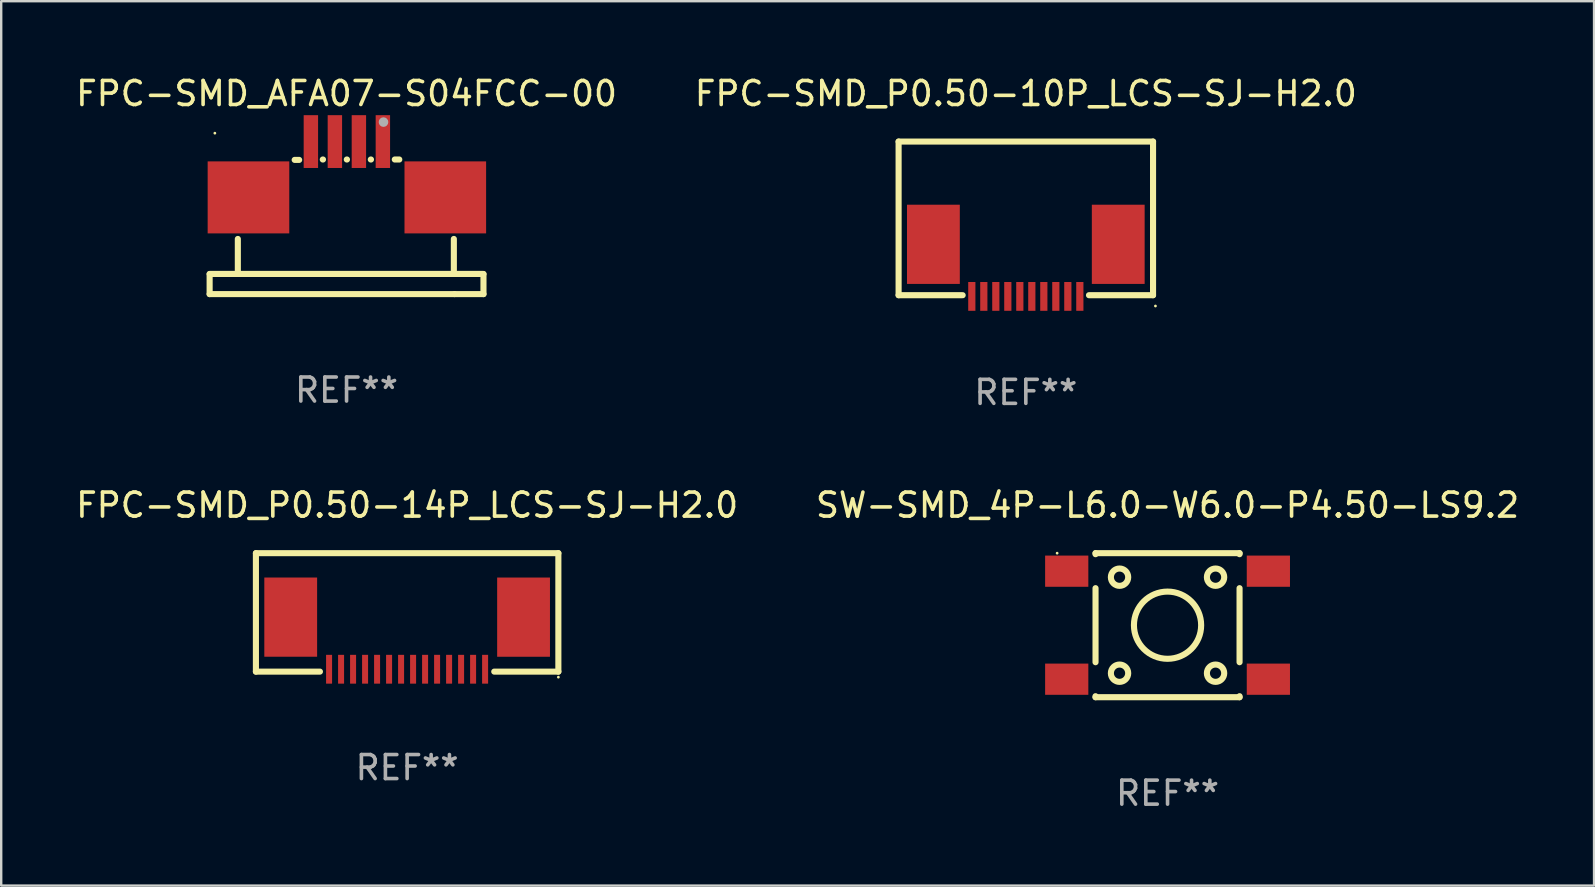
<source format=kicad_pcb>
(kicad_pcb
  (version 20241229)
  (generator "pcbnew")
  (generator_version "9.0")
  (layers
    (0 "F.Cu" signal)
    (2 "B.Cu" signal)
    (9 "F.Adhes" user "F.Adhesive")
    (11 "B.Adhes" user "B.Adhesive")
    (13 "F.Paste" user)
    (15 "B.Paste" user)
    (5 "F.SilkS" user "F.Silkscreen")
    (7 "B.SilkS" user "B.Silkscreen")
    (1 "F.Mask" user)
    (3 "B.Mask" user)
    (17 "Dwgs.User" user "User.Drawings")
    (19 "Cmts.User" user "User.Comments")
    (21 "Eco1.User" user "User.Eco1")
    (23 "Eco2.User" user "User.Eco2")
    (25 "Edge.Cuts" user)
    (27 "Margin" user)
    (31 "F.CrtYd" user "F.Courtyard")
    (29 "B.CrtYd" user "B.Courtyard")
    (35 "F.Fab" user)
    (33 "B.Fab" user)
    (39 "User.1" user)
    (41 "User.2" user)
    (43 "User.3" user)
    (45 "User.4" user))
  (footprint "FPC-SMD_AFA07-S04FCC-00"
    (layer "F.Cu")
    (at 11.387 6.025)
    (property "Reference" "FPC-SMD_AFA07-S04FCC-00" (at 0 -5.177 0) (layer "F.SilkS") (effects (font (size 1 1) (thickness 0.15))))
    (attr through_hole)
    (fp_line (start -5.704 3.176) (end -5.704 2.346) (stroke (width 0.254) (type solid)) (layer "F.SilkS"))
    (fp_line (start -5.704 3.177) (end 4.494 3.177) (stroke (width 0.254) (type solid)) (layer "F.SilkS"))
    (fp_line (start -4.529 2.337) (end -4.529 0.879) (stroke (width 0.254) (type solid)) (layer "F.SilkS"))
    (fp_line (start -2.161 -2.414) (end -1.974 -2.414) (stroke (width 0.254) (type solid)) (layer "F.SilkS"))
    (fp_line (start -0.99 -2.43) (end -0.981 -2.43) (stroke (width 0.254) (type solid)) (layer "F.SilkS"))
    (fp_line (start 0.01 -2.43) (end 0.018 -2.43) (stroke (width 0.254) (type solid)) (layer "F.SilkS"))
    (fp_line (start 1.01 -2.43) (end 1.018 -2.43) (stroke (width 0.254) (type solid)) (layer "F.SilkS"))
    (fp_line (start 2.009 -2.43) (end 2.197 -2.43) (stroke (width 0.254) (type solid)) (layer "F.SilkS"))
    (fp_line (start 4.47 2.337) (end 4.47 0.879) (stroke (width 0.254) (type solid)) (layer "F.SilkS"))
    (fp_line (start 5.704 2.337) (end -5.704 2.337) (stroke (width 0.254) (type solid)) (layer "F.SilkS"))
    (fp_line (start 5.704 3.177) (end 4.504 3.177) (stroke (width 0.254) (type solid)) (layer "F.SilkS"))
    (fp_line (start 5.704 3.177) (end 5.704 2.347) (stroke (width 0.254) (type solid)) (layer "F.SilkS"))
    (fp_circle (center -5.486 -3.527) (end -5.456 -3.527) (stroke (width 0.06) (type solid)) (fill no) (layer "F.SilkS"))
    (fp_circle (center 1.539 -3.989) (end 1.639 -3.989) (stroke (width 0.2) (type solid)) (fill no) (layer "F.Fab"))
    (fp_text user "REF**" (at 0 7.177 0) (layer "F.Fab") (effects (font (size 1 1) (thickness 0.15))))
    (pad "1" smd rect (at 1.513 -3.177 180) (size 0.6 2.2) (layers "F.Cu" "F.Mask" "F.Paste"))
    (pad "2" smd rect (at 0.514 -3.177 180) (size 0.6 2.2) (layers "F.Cu" "F.Mask" "F.Paste"))
    (pad "3" smd rect (at -0.486 -3.177 180) (size 0.6 2.2) (layers "F.Cu" "F.Mask" "F.Paste"))
    (pad "4" smd rect (at -1.486 -3.177 180) (size 0.6 2.2) (layers "F.Cu" "F.Mask" "F.Paste"))
    (pad "5" smd rect (at -4.086 -0.852 270) (size 3 3.4) (layers "F.Cu" "F.Mask" "F.Paste"))
    (pad "6" smd rect (at 4.114 -0.852 180) (size 3.4 3) (layers "F.Cu" "F.Mask" "F.Paste")))
  (footprint "FPC-SMD_P0.50-14P_LCS-SJ-H2.0"
    (layer "F.Cu")
    (at 13.911 22.462)
    (property "Reference" "FPC-SMD_P0.50-14P_LCS-SJ-H2.0" (at 0 -4.467 0) (layer "F.SilkS") (effects (font (size 1 1) (thickness 0.15))))
    (attr through_hole)
    (fp_line (start -6.3 -2.467) (end 6.3 -2.467) (stroke (width 0.254) (type solid)) (layer "F.SilkS"))
    (fp_line (start -6.3 2.467) (end -6.3 -2.467) (stroke (width 0.254) (type solid)) (layer "F.SilkS"))
    (fp_line (start -3.633 2.467) (end -6.3 2.467) (stroke (width 0.254) (type solid)) (layer "F.SilkS"))
    (fp_line (start 6.3 2.467) (end 3.629 2.467) (stroke (width 0.254) (type solid)) (layer "F.SilkS"))
    (fp_line (start 6.3 -2.467) (end 6.3 2.467) (stroke (width 0.254) (type solid)) (layer "F.SilkS"))
    (fp_circle (center 6.3 2.698) (end 6.33 2.698) (stroke (width 0.06) (type solid)) (fill no) (layer "F.SilkS"))
    (fp_text user "REF**" (at 0 6.467 0) (layer "F.Fab") (effects (font (size 1 1) (thickness 0.15))))
    (pad "1" smd rect (at 3.248 2.368) (size 0.25 1.2) (layers "F.Cu" "F.Mask" "F.Paste"))
    (pad "2" smd rect (at 2.748 2.368) (size 0.25 1.2) (layers "F.Cu" "F.Mask" "F.Paste"))
    (pad "3" smd rect (at 2.248 2.368) (size 0.25 1.2) (layers "F.Cu" "F.Mask" "F.Paste"))
    (pad "4" smd rect (at 1.748 2.368) (size 0.25 1.2) (layers "F.Cu" "F.Mask" "F.Paste"))
    (pad "5" smd rect (at 1.248 2.368) (size 0.25 1.2) (layers "F.Cu" "F.Mask" "F.Paste"))
    (pad "6" smd rect (at 0.748 2.368) (size 0.25 1.2) (layers "F.Cu" "F.Mask" "F.Paste"))
    (pad "7" smd rect (at 0.248 2.368) (size 0.25 1.2) (layers "F.Cu" "F.Mask" "F.Paste"))
    (pad "8" smd rect (at -0.252 2.368) (size 0.25 1.2) (layers "F.Cu" "F.Mask" "F.Paste"))
    (pad "9" smd rect (at -0.752 2.368) (size 0.25 1.2) (layers "F.Cu" "F.Mask" "F.Paste"))
    (pad "10" smd rect (at -1.252 2.368) (size 0.25 1.2) (layers "F.Cu" "F.Mask" "F.Paste"))
    (pad "11" smd rect (at -1.752 2.368) (size 0.25 1.2) (layers "F.Cu" "F.Mask" "F.Paste"))
    (pad "12" smd rect (at -2.252 2.368) (size 0.25 1.2) (layers "F.Cu" "F.Mask" "F.Paste"))
    (pad "13" smd rect (at -2.752 2.368) (size 0.25 1.2) (layers "F.Cu" "F.Mask" "F.Paste"))
    (pad "14" smd rect (at -3.252 2.368) (size 0.25 1.2) (layers "F.Cu" "F.Mask" "F.Paste"))
    (pad "15" smd rect (at 4.85 0.198) (size 2.2 3.3) (layers "F.Cu" "F.Mask" "F.Paste"))
    (pad "16" smd rect (at -4.85 0.197) (size 2.2 3.3) (layers "F.Cu" "F.Mask" "F.Paste")))
  (footprint "FPC-SMD_P0.50-10P_LCS-SJ-H2.0"
    (layer "F.Cu")
    (at 39.685 6.073)
    (property "Reference" "FPC-SMD_P0.50-10P_LCS-SJ-H2.0" (at 0 -5.225 0) (layer "F.SilkS") (effects (font (size 1 1) (thickness 0.15))))
    (attr through_hole)
    (fp_line (start -5.3 -3.225) (end 5.3 -3.225) (stroke (width 0.254) (type solid)) (layer "F.SilkS"))
    (fp_line (start -5.3 3.175) (end -5.3 -3.225) (stroke (width 0.254) (type solid)) (layer "F.SilkS"))
    (fp_line (start -2.631 3.175) (end -5.3 3.175) (stroke (width 0.254) (type solid)) (layer "F.SilkS"))
    (fp_line (start 5.3 -3.225) (end 5.3 3.175) (stroke (width 0.254) (type solid)) (layer "F.SilkS"))
    (fp_line (start 5.3 3.175) (end 2.631 3.175) (stroke (width 0.254) (type solid)) (layer "F.SilkS"))
    (fp_circle (center 5.4 3.625) (end 5.43 3.625) (stroke (width 0.06) (type solid)) (fill no) (layer "F.SilkS"))
    (fp_text user "REF**" (at 0 7.225 0) (layer "F.Fab") (effects (font (size 1 1) (thickness 0.15))))
    (pad "1" smd rect (at 2.25 3.225 180) (size 0.3 1.2) (layers "F.Cu" "F.Mask" "F.Paste"))
    (pad "2" smd rect (at 1.75 3.225 180) (size 0.3 1.2) (layers "F.Cu" "F.Mask" "F.Paste"))
    (pad "3" smd rect (at 1.25 3.225 180) (size 0.3 1.2) (layers "F.Cu" "F.Mask" "F.Paste"))
    (pad "4" smd rect (at 0.75 3.225 180) (size 0.3 1.2) (layers "F.Cu" "F.Mask" "F.Paste"))
    (pad "5" smd rect (at 0.25 3.225 180) (size 0.3 1.2) (layers "F.Cu" "F.Mask" "F.Paste"))
    (pad "6" smd rect (at -0.25 3.225 180) (size 0.3 1.2) (layers "F.Cu" "F.Mask" "F.Paste"))
    (pad "7" smd rect (at -0.75 3.225 180) (size 0.3 1.2) (layers "F.Cu" "F.Mask" "F.Paste"))
    (pad "8" smd rect (at -1.25 3.225 180) (size 0.3 1.2) (layers "F.Cu" "F.Mask" "F.Paste"))
    (pad "9" smd rect (at -1.75 3.225 180) (size 0.3 1.2) (layers "F.Cu" "F.Mask" "F.Paste"))
    (pad "10" smd rect (at -2.25 3.225 180) (size 0.3 1.2) (layers "F.Cu" "F.Mask" "F.Paste"))
    (pad "11" smd rect (at -3.85 1.055 180) (size 2.2 3.3) (layers "F.Cu" "F.Mask" "F.Paste"))
    (pad "12" smd rect (at 3.85 1.055 180) (size 2.2 3.3) (layers "F.Cu" "F.Mask" "F.Paste")))
  (footprint "SW-SMD_4P-L6.0-W6.0-P4.50-LS9.2"
    (layer "F.Cu")
    (at 45.589 22.995)
    (property "Reference" "SW-SMD_4P-L6.0-W6.0-P4.50-LS9.2" (at 0 -5 0) (layer "F.SilkS") (effects (font (size 1 1) (thickness 0.15))))
    (attr through_hole)
    (fp_line (start -3 -3) (end -3 -2.958) (stroke (width 0.254) (type solid)) (layer "F.SilkS"))
    (fp_line (start -3 -3) (end 3 -3) (stroke (width 0.254) (type solid)) (layer "F.SilkS"))
    (fp_line (start -3 -1.542) (end -3 1.542) (stroke (width 0.254) (type solid)) (layer "F.SilkS"))
    (fp_line (start -3 2.958) (end -3 3) (stroke (width 0.254) (type solid)) (layer "F.SilkS"))
    (fp_line (start 3 3) (end -3 3) (stroke (width 0.254) (type solid)) (layer "F.SilkS"))
    (fp_line (start 3 -3) (end 3 -2.958) (stroke (width 0.254) (type solid)) (layer "F.SilkS"))
    (fp_line (start 3 -1.542) (end 3 1.542) (stroke (width 0.254) (type solid)) (layer "F.SilkS"))
    (fp_line (start 3 2.958) (end 3 3) (stroke (width 0.254) (type solid)) (layer "F.SilkS"))
    (fp_circle (center -4.6 -3) (end -4.57 -3) (stroke (width 0.06) (type solid)) (fill no) (layer "F.SilkS"))
    (fp_circle (center -2 -2) (end -1.639 -2) (stroke (width 0.254) (type solid)) (fill no) (layer "F.SilkS"))
    (fp_circle (center -2 2) (end -1.639 2) (stroke (width 0.254) (type solid)) (fill no) (layer "F.SilkS"))
    (fp_circle (center 0 0.000064) (end 1.4 0.000064) (stroke (width 0.254) (type solid)) (fill no) (layer "F.SilkS"))
    (fp_circle (center 2 -2) (end 2.361 -2) (stroke (width 0.254) (type solid)) (fill no) (layer "F.SilkS"))
    (fp_circle (center 2 2) (end 2.361 2) (stroke (width 0.254) (type solid)) (fill no) (layer "F.SilkS"))
    (fp_text user "REF**" (at 0 7 0) (layer "F.Fab") (effects (font (size 1 1) (thickness 0.15))))
    (pad "1" smd rect (at -4.2 -2.25) (size 1.8 1.3) (layers "F.Cu" "F.Mask" "F.Paste"))
    (pad "2" smd rect (at 4.2 -2.25) (size 1.8 1.3) (layers "F.Cu" "F.Mask" "F.Paste"))
    (pad "3" smd rect (at -4.2 2.25) (size 1.8 1.3) (layers "F.Cu" "F.Mask" "F.Paste"))
    (pad "4" smd rect (at 4.2 2.25) (size 1.8 1.3) (layers "F.Cu" "F.Mask" "F.Paste")))
  (gr_rect
    (start -3 -3)
    (end 63.357 33.843)
    (stroke (width 0.1) (type default))
    (fill no)
    (layer "Edge.Cuts")))
</source>
